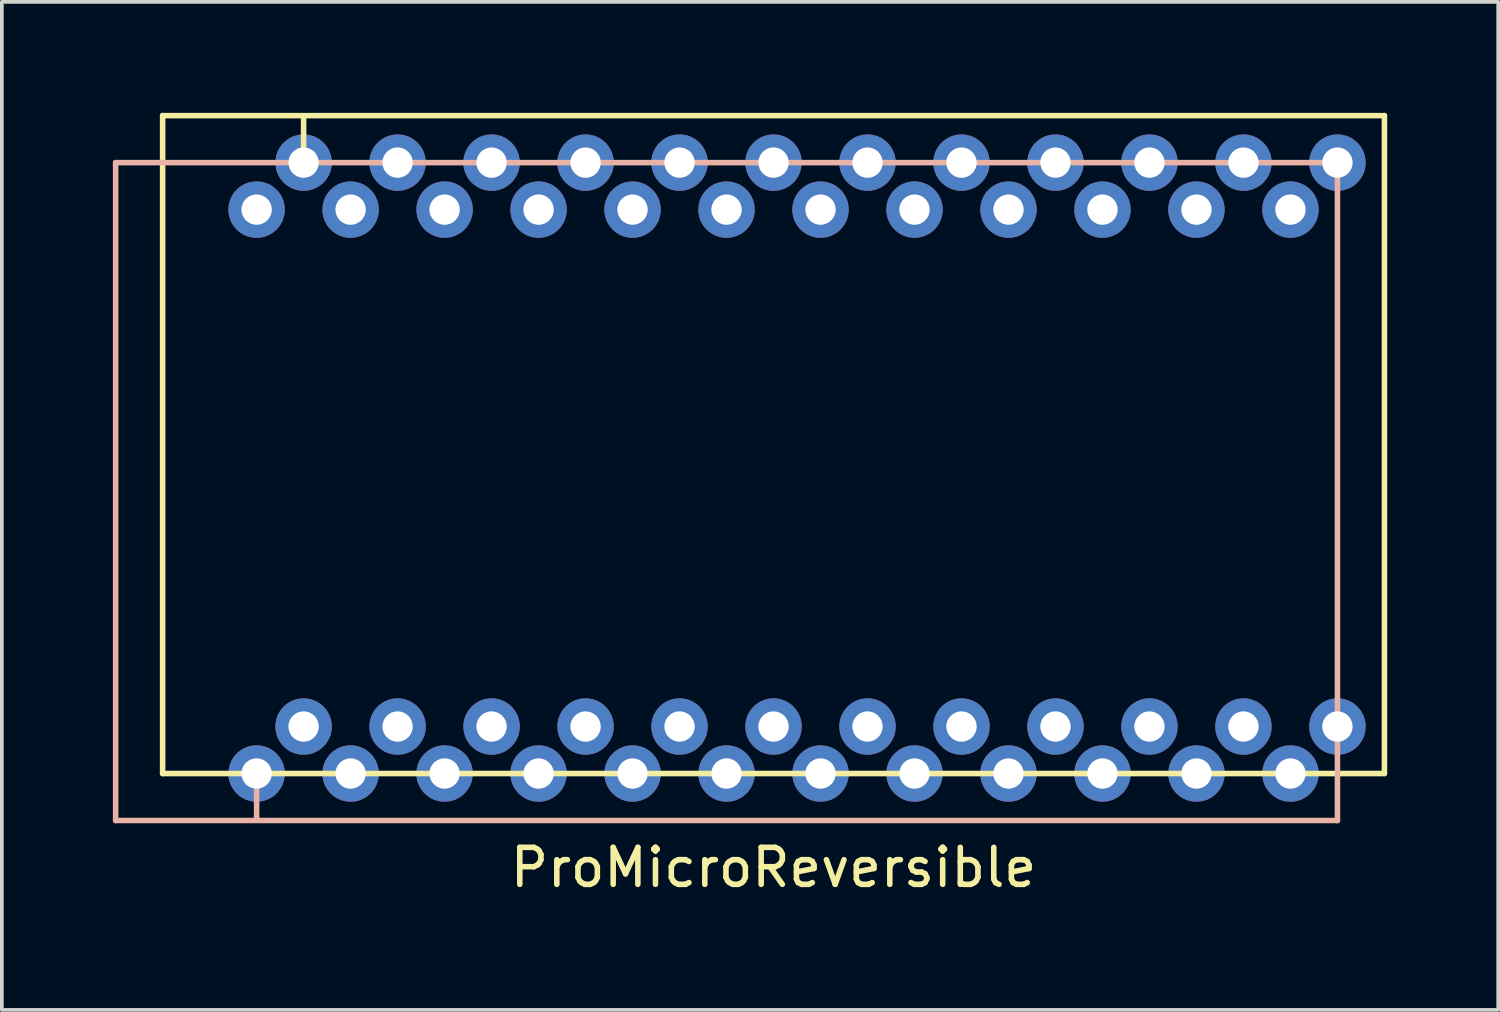
<source format=kicad_pcb>
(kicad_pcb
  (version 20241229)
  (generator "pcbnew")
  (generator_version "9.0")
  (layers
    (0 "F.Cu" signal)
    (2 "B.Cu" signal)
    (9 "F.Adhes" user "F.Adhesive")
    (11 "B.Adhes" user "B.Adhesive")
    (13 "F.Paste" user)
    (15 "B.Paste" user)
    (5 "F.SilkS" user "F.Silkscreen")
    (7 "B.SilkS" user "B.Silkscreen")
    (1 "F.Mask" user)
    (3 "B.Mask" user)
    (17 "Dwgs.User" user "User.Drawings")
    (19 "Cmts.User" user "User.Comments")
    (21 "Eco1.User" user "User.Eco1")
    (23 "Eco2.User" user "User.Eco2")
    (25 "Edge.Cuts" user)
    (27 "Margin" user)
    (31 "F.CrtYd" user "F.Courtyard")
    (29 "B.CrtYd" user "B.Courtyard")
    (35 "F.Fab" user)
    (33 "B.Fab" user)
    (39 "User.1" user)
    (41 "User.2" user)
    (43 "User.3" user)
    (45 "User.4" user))
  (footprint "ProMicroReversible"
    (layer "F.Cu")
    (at 17.855 10.235)
    (property "Reference" "ProMicroReversible" (at 0 10.16 0) (layer "F.SilkS") (effects (font (size 1 1) (thickness 0.15))))
    (attr through_hole)
    (fp_line (start -16.51 -10.16) (end 16.51 -10.16) (stroke (width 0.15) (type solid)) (layer "F.SilkS"))
    (fp_line (start -16.51 7.62) (end -16.51 -10.16) (stroke (width 0.15) (type solid)) (layer "F.SilkS"))
    (fp_line (start -12.7 -10.15) (end -12.7 -8.89) (stroke (width 0.15) (type solid)) (layer "F.SilkS"))
    (fp_line (start 16.51 -10.16) (end 16.51 7.62) (stroke (width 0.15) (type solid)) (layer "F.SilkS"))
    (fp_line (start 16.51 7.62) (end -16.51 7.62) (stroke (width 0.15) (type solid)) (layer "F.SilkS"))
    (fp_line (start -17.78 -8.89) (end 15.24 -8.89) (stroke (width 0.15) (type solid)) (layer "B.SilkS"))
    (fp_line (start -17.78 8.89) (end -17.78 -8.89) (stroke (width 0.15) (type solid)) (layer "B.SilkS"))
    (fp_line (start -13.97 8.87) (end -13.97 7.62) (stroke (width 0.15) (type solid)) (layer "B.SilkS"))
    (fp_line (start 15.24 -8.89) (end 15.24 8.89) (stroke (width 0.15) (type solid)) (layer "B.SilkS"))
    (fp_line (start 15.24 8.89) (end -17.78 8.89) (stroke (width 0.15) (type solid)) (layer "B.SilkS"))
    (pad "1" thru_hole circle (at -13.97 7.62) (size 1.524 1.524) (drill 0.82) (layers "*.Cu" "*.Mask"))
    (pad "1" thru_hole circle (at -12.7 -8.89) (size 1.524 1.524) (drill 0.82) (layers "*.Cu" "*.Mask"))
    (pad "2" thru_hole circle (at -11.43 7.62) (size 1.524 1.524) (drill 0.82) (layers "*.Cu" "*.Mask"))
    (pad "2" thru_hole circle (at -10.16 -8.89) (size 1.524 1.524) (drill 0.82) (layers "*.Cu" "*.Mask"))
    (pad "3" thru_hole circle (at -8.89 7.62) (size 1.524 1.524) (drill 0.82) (layers "*.Cu" "*.Mask"))
    (pad "3" thru_hole circle (at -7.62 -8.89) (size 1.524 1.524) (drill 0.82) (layers "*.Cu" "*.Mask"))
    (pad "4" thru_hole circle (at -6.35 7.62) (size 1.524 1.524) (drill 0.82) (layers "*.Cu" "*.Mask"))
    (pad "4" thru_hole circle (at -5.08 -8.89) (size 1.524 1.524) (drill 0.82) (layers "*.Cu" "*.Mask"))
    (pad "5" thru_hole circle (at -3.81 7.62) (size 1.524 1.524) (drill 0.82) (layers "*.Cu" "*.Mask"))
    (pad "5" thru_hole circle (at -2.54 -8.89) (size 1.524 1.524) (drill 0.82) (layers "*.Cu" "*.Mask"))
    (pad "6" thru_hole circle (at -1.27 7.62) (size 1.524 1.524) (drill 0.82) (layers "*.Cu" "*.Mask"))
    (pad "6" thru_hole circle (at 0 -8.89) (size 1.524 1.524) (drill 0.82) (layers "*.Cu" "*.Mask"))
    (pad "7" thru_hole circle (at 1.27 7.62) (size 1.524 1.524) (drill 0.82) (layers "*.Cu" "*.Mask"))
    (pad "7" thru_hole circle (at 2.54 -8.89) (size 1.524 1.524) (drill 0.82) (layers "*.Cu" "*.Mask"))
    (pad "8" thru_hole circle (at 3.81 7.62) (size 1.524 1.524) (drill 0.82) (layers "*.Cu" "*.Mask"))
    (pad "8" thru_hole circle (at 5.08 -8.89) (size 1.524 1.524) (drill 0.82) (layers "*.Cu" "*.Mask"))
    (pad "9" thru_hole circle (at 6.35 7.62) (size 1.524 1.524) (drill 0.82) (layers "*.Cu" "*.Mask"))
    (pad "9" thru_hole circle (at 7.62 -8.89) (size 1.524 1.524) (drill 0.82) (layers "*.Cu" "*.Mask"))
    (pad "10" thru_hole circle (at 8.89 7.62) (size 1.524 1.524) (drill 0.82) (layers "*.Cu" "*.Mask"))
    (pad "10" thru_hole circle (at 10.16 -8.89) (size 1.524 1.524) (drill 0.82) (layers "*.Cu" "*.Mask"))
    (pad "11" thru_hole circle (at 11.43 7.62) (size 1.524 1.524) (drill 0.82) (layers "*.Cu" "*.Mask"))
    (pad "11" thru_hole circle (at 12.7 -8.89) (size 1.524 1.524) (drill 0.82) (layers "*.Cu" "*.Mask"))
    (pad "12" thru_hole circle (at 13.97 7.62) (size 1.524 1.524) (drill 0.82) (layers "*.Cu" "*.Mask"))
    (pad "12" thru_hole circle (at 15.24 -8.89) (size 1.524 1.524) (drill 0.82) (layers "*.Cu" "*.Mask"))
    (pad "13" thru_hole circle (at 13.97 -7.62) (size 1.524 1.524) (drill 0.82) (layers "*.Cu" "*.Mask"))
    (pad "13" thru_hole circle (at 15.24 6.35) (size 1.524 1.524) (drill 0.82) (layers "*.Cu" "*.Mask"))
    (pad "14" thru_hole circle (at 11.43 -7.62) (size 1.524 1.524) (drill 0.82) (layers "*.Cu" "*.Mask"))
    (pad "14" thru_hole circle (at 12.7 6.35) (size 1.524 1.524) (drill 0.82) (layers "*.Cu" "*.Mask"))
    (pad "15" thru_hole circle (at 8.89 -7.62) (size 1.524 1.524) (drill 0.82) (layers "*.Cu" "*.Mask"))
    (pad "15" thru_hole circle (at 10.16 6.35) (size 1.524 1.524) (drill 0.82) (layers "*.Cu" "*.Mask"))
    (pad "16" thru_hole circle (at 6.35 -7.62) (size 1.524 1.524) (drill 0.82) (layers "*.Cu" "*.Mask"))
    (pad "16" thru_hole circle (at 7.62 6.35) (size 1.524 1.524) (drill 0.82) (layers "*.Cu" "*.Mask"))
    (pad "17" thru_hole circle (at 3.81 -7.62) (size 1.524 1.524) (drill 0.82) (layers "*.Cu" "*.Mask"))
    (pad "17" thru_hole circle (at 5.08 6.35) (size 1.524 1.524) (drill 0.82) (layers "*.Cu" "*.Mask"))
    (pad "18" thru_hole circle (at 1.27 -7.62) (size 1.524 1.524) (drill 0.82) (layers "*.Cu" "*.Mask"))
    (pad "18" thru_hole circle (at 2.54 6.35) (size 1.524 1.524) (drill 0.82) (layers "*.Cu" "*.Mask"))
    (pad "19" thru_hole circle (at -1.27 -7.62) (size 1.524 1.524) (drill 0.82) (layers "*.Cu" "*.Mask"))
    (pad "19" thru_hole circle (at 0 6.35) (size 1.524 1.524) (drill 0.82) (layers "*.Cu" "*.Mask"))
    (pad "20" thru_hole circle (at -3.81 -7.62) (size 1.524 1.524) (drill 0.82) (layers "*.Cu" "*.Mask"))
    (pad "20" thru_hole circle (at -2.54 6.35) (size 1.524 1.524) (drill 0.82) (layers "*.Cu" "*.Mask"))
    (pad "21" thru_hole circle (at -6.35 -7.62) (size 1.524 1.524) (drill 0.82) (layers "*.Cu" "*.Mask"))
    (pad "21" thru_hole circle (at -5.08 6.35) (size 1.524 1.524) (drill 0.82) (layers "*.Cu" "*.Mask"))
    (pad "22" thru_hole circle (at -8.89 -7.62) (size 1.524 1.524) (drill 0.82) (layers "*.Cu" "*.Mask"))
    (pad "22" thru_hole circle (at -7.62 6.35) (size 1.524 1.524) (drill 0.82) (layers "*.Cu" "*.Mask"))
    (pad "23" thru_hole circle (at -11.43 -7.62) (size 1.524 1.524) (drill 0.82) (layers "*.Cu" "*.Mask"))
    (pad "23" thru_hole circle (at -10.16 6.35) (size 1.524 1.524) (drill 0.82) (layers "*.Cu" "*.Mask"))
    (pad "24" thru_hole circle (at -13.97 -7.62) (size 1.524 1.524) (drill 0.82) (layers "*.Cu" "*.Mask"))
    (pad "24" thru_hole circle (at -12.7 6.35) (size 1.524 1.524) (drill 0.82) (layers "*.Cu" "*.Mask")))
  (gr_rect
    (start -3 -3)
    (end 37.44 24.243)
    (stroke (width 0.1) (type default))
    (fill no)
    (layer "Edge.Cuts")))
</source>
